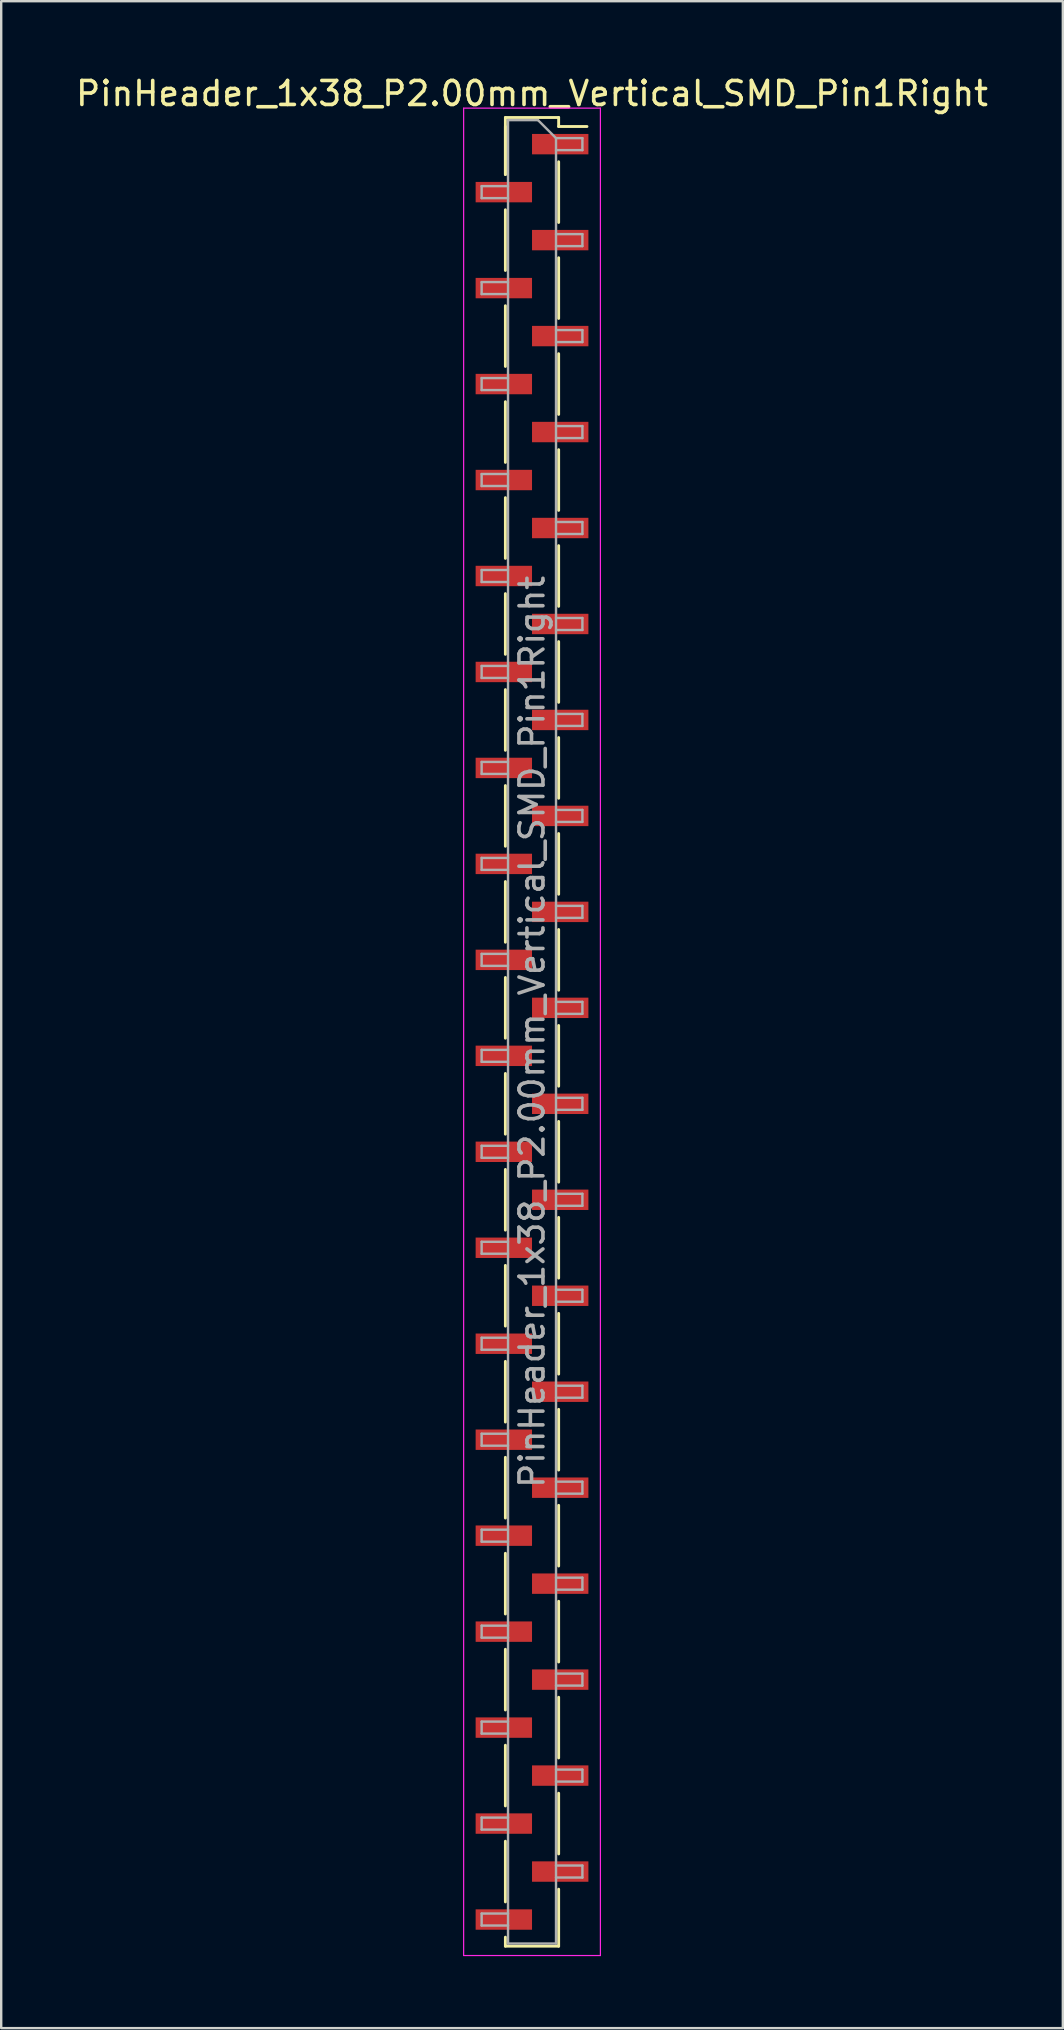
<source format=kicad_pcb>
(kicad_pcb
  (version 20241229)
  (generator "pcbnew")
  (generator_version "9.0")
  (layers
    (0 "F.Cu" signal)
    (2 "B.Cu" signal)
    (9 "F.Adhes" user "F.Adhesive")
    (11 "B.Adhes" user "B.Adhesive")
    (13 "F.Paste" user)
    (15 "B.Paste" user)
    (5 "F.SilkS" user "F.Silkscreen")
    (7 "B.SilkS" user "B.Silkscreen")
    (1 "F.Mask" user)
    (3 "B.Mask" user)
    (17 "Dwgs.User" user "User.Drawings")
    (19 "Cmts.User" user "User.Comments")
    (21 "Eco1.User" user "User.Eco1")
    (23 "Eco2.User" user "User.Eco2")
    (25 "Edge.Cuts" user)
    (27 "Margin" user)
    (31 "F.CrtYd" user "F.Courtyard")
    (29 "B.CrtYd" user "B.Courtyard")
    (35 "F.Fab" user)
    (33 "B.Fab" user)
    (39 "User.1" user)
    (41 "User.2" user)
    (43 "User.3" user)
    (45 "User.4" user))
  (footprint "PinHeader_1x38_P2.00mm_Vertical_SMD_Pin1Right"
    (layer "F.Cu")
    (at 19.125 39.958)
    (property "Reference" "PinHeader_1x38_P2.00mm_Vertical_SMD_Pin1Right" (at 0 -39.11 0) (layer "F.SilkS") (effects (font (size 1 1) (thickness 0.15))))
    (attr smd)
    (fp_line (start -1.11 -38.11) (end -1.11 -35.735) (stroke (width 0.12) (type solid)) (layer "F.SilkS"))
    (fp_line (start -1.11 -38.11) (end 1.11 -38.11) (stroke (width 0.12) (type solid)) (layer "F.SilkS"))
    (fp_line (start -1.11 -37.735) (end -1.11 -35.735) (stroke (width 0.12) (type solid)) (layer "F.SilkS"))
    (fp_line (start -1.11 -34.265) (end -1.11 -31.735) (stroke (width 0.12) (type solid)) (layer "F.SilkS"))
    (fp_line (start -1.11 -30.265) (end -1.11 -27.735) (stroke (width 0.12) (type solid)) (layer "F.SilkS"))
    (fp_line (start -1.11 -26.265) (end -1.11 -23.735) (stroke (width 0.12) (type solid)) (layer "F.SilkS"))
    (fp_line (start -1.11 -22.265) (end -1.11 -19.735) (stroke (width 0.12) (type solid)) (layer "F.SilkS"))
    (fp_line (start -1.11 -18.265) (end -1.11 -15.735) (stroke (width 0.12) (type solid)) (layer "F.SilkS"))
    (fp_line (start -1.11 -14.265) (end -1.11 -11.735) (stroke (width 0.12) (type solid)) (layer "F.SilkS"))
    (fp_line (start -1.11 -10.265) (end -1.11 -7.735) (stroke (width 0.12) (type solid)) (layer "F.SilkS"))
    (fp_line (start -1.11 -6.265) (end -1.11 -3.735) (stroke (width 0.12) (type solid)) (layer "F.SilkS"))
    (fp_line (start -1.11 -2.265) (end -1.11 0.265) (stroke (width 0.12) (type solid)) (layer "F.SilkS"))
    (fp_line (start -1.11 1.735) (end -1.11 4.265) (stroke (width 0.12) (type solid)) (layer "F.SilkS"))
    (fp_line (start -1.11 5.735) (end -1.11 8.265) (stroke (width 0.12) (type solid)) (layer "F.SilkS"))
    (fp_line (start -1.11 9.735) (end -1.11 12.265) (stroke (width 0.12) (type solid)) (layer "F.SilkS"))
    (fp_line (start -1.11 13.735) (end -1.11 16.265) (stroke (width 0.12) (type solid)) (layer "F.SilkS"))
    (fp_line (start -1.11 17.735) (end -1.11 20.265) (stroke (width 0.12) (type solid)) (layer "F.SilkS"))
    (fp_line (start -1.11 21.735) (end -1.11 24.265) (stroke (width 0.12) (type solid)) (layer "F.SilkS"))
    (fp_line (start -1.11 25.735) (end -1.11 28.265) (stroke (width 0.12) (type solid)) (layer "F.SilkS"))
    (fp_line (start -1.11 29.735) (end -1.11 32.265) (stroke (width 0.12) (type solid)) (layer "F.SilkS"))
    (fp_line (start -1.11 33.735) (end -1.11 36.265) (stroke (width 0.12) (type solid)) (layer "F.SilkS"))
    (fp_line (start -1.11 37.735) (end -1.11 38.11) (stroke (width 0.12) (type solid)) (layer "F.SilkS"))
    (fp_line (start -1.11 38.11) (end 1.11 38.11) (stroke (width 0.12) (type solid)) (layer "F.SilkS"))
    (fp_line (start 1.11 -38.11) (end 1.11 -37.735) (stroke (width 0.12) (type solid)) (layer "F.SilkS"))
    (fp_line (start 1.11 -37.735) (end 2.29 -37.735) (stroke (width 0.12) (type solid)) (layer "F.SilkS"))
    (fp_line (start 1.11 -36.265) (end 1.11 -33.735) (stroke (width 0.12) (type solid)) (layer "F.SilkS"))
    (fp_line (start 1.11 -32.265) (end 1.11 -29.735) (stroke (width 0.12) (type solid)) (layer "F.SilkS"))
    (fp_line (start 1.11 -28.265) (end 1.11 -25.735) (stroke (width 0.12) (type solid)) (layer "F.SilkS"))
    (fp_line (start 1.11 -24.265) (end 1.11 -21.735) (stroke (width 0.12) (type solid)) (layer "F.SilkS"))
    (fp_line (start 1.11 -20.265) (end 1.11 -17.735) (stroke (width 0.12) (type solid)) (layer "F.SilkS"))
    (fp_line (start 1.11 -16.265) (end 1.11 -13.735) (stroke (width 0.12) (type solid)) (layer "F.SilkS"))
    (fp_line (start 1.11 -12.265) (end 1.11 -9.735) (stroke (width 0.12) (type solid)) (layer "F.SilkS"))
    (fp_line (start 1.11 -8.265) (end 1.11 -5.735) (stroke (width 0.12) (type solid)) (layer "F.SilkS"))
    (fp_line (start 1.11 -4.265) (end 1.11 -1.735) (stroke (width 0.12) (type solid)) (layer "F.SilkS"))
    (fp_line (start 1.11 -0.265) (end 1.11 2.265) (stroke (width 0.12) (type solid)) (layer "F.SilkS"))
    (fp_line (start 1.11 3.735) (end 1.11 6.265) (stroke (width 0.12) (type solid)) (layer "F.SilkS"))
    (fp_line (start 1.11 7.735) (end 1.11 10.265) (stroke (width 0.12) (type solid)) (layer "F.SilkS"))
    (fp_line (start 1.11 11.735) (end 1.11 14.265) (stroke (width 0.12) (type solid)) (layer "F.SilkS"))
    (fp_line (start 1.11 15.735) (end 1.11 18.265) (stroke (width 0.12) (type solid)) (layer "F.SilkS"))
    (fp_line (start 1.11 19.735) (end 1.11 22.265) (stroke (width 0.12) (type solid)) (layer "F.SilkS"))
    (fp_line (start 1.11 23.735) (end 1.11 26.265) (stroke (width 0.12) (type solid)) (layer "F.SilkS"))
    (fp_line (start 1.11 27.735) (end 1.11 30.265) (stroke (width 0.12) (type solid)) (layer "F.SilkS"))
    (fp_line (start 1.11 31.735) (end 1.11 34.265) (stroke (width 0.12) (type solid)) (layer "F.SilkS"))
    (fp_line (start 1.11 35.735) (end 1.11 38.11) (stroke (width 0.12) (type solid)) (layer "F.SilkS"))
    (fp_line (start -2.85 -38.5) (end -2.85 38.5) (stroke (width 0.05) (type solid)) (layer "F.CrtYd"))
    (fp_line (start -2.85 38.5) (end 2.85 38.5) (stroke (width 0.05) (type solid)) (layer "F.CrtYd"))
    (fp_line (start 2.85 -38.5) (end -2.85 -38.5) (stroke (width 0.05) (type solid)) (layer "F.CrtYd"))
    (fp_line (start 2.85 38.5) (end 2.85 -38.5) (stroke (width 0.05) (type solid)) (layer "F.CrtYd"))
    (fp_line (start -2.1 -35.25) (end -2.1 -34.75) (stroke (width 0.1) (type solid)) (layer "F.Fab"))
    (fp_line (start -2.1 -34.75) (end -1 -34.75) (stroke (width 0.1) (type solid)) (layer "F.Fab"))
    (fp_line (start -2.1 -31.25) (end -2.1 -30.75) (stroke (width 0.1) (type solid)) (layer "F.Fab"))
    (fp_line (start -2.1 -30.75) (end -1 -30.75) (stroke (width 0.1) (type solid)) (layer "F.Fab"))
    (fp_line (start -2.1 -27.25) (end -2.1 -26.75) (stroke (width 0.1) (type solid)) (layer "F.Fab"))
    (fp_line (start -2.1 -26.75) (end -1 -26.75) (stroke (width 0.1) (type solid)) (layer "F.Fab"))
    (fp_line (start -2.1 -23.25) (end -2.1 -22.75) (stroke (width 0.1) (type solid)) (layer "F.Fab"))
    (fp_line (start -2.1 -22.75) (end -1 -22.75) (stroke (width 0.1) (type solid)) (layer "F.Fab"))
    (fp_line (start -2.1 -19.25) (end -2.1 -18.75) (stroke (width 0.1) (type solid)) (layer "F.Fab"))
    (fp_line (start -2.1 -18.75) (end -1 -18.75) (stroke (width 0.1) (type solid)) (layer "F.Fab"))
    (fp_line (start -2.1 -15.25) (end -2.1 -14.75) (stroke (width 0.1) (type solid)) (layer "F.Fab"))
    (fp_line (start -2.1 -14.75) (end -1 -14.75) (stroke (width 0.1) (type solid)) (layer "F.Fab"))
    (fp_line (start -2.1 -11.25) (end -2.1 -10.75) (stroke (width 0.1) (type solid)) (layer "F.Fab"))
    (fp_line (start -2.1 -10.75) (end -1 -10.75) (stroke (width 0.1) (type solid)) (layer "F.Fab"))
    (fp_line (start -2.1 -7.25) (end -2.1 -6.75) (stroke (width 0.1) (type solid)) (layer "F.Fab"))
    (fp_line (start -2.1 -6.75) (end -1 -6.75) (stroke (width 0.1) (type solid)) (layer "F.Fab"))
    (fp_line (start -2.1 -3.25) (end -2.1 -2.75) (stroke (width 0.1) (type solid)) (layer "F.Fab"))
    (fp_line (start -2.1 -2.75) (end -1 -2.75) (stroke (width 0.1) (type solid)) (layer "F.Fab"))
    (fp_line (start -2.1 0.75) (end -2.1 1.25) (stroke (width 0.1) (type solid)) (layer "F.Fab"))
    (fp_line (start -2.1 1.25) (end -1 1.25) (stroke (width 0.1) (type solid)) (layer "F.Fab"))
    (fp_line (start -2.1 4.75) (end -2.1 5.25) (stroke (width 0.1) (type solid)) (layer "F.Fab"))
    (fp_line (start -2.1 5.25) (end -1 5.25) (stroke (width 0.1) (type solid)) (layer "F.Fab"))
    (fp_line (start -2.1 8.75) (end -2.1 9.25) (stroke (width 0.1) (type solid)) (layer "F.Fab"))
    (fp_line (start -2.1 9.25) (end -1 9.25) (stroke (width 0.1) (type solid)) (layer "F.Fab"))
    (fp_line (start -2.1 12.75) (end -2.1 13.25) (stroke (width 0.1) (type solid)) (layer "F.Fab"))
    (fp_line (start -2.1 13.25) (end -1 13.25) (stroke (width 0.1) (type solid)) (layer "F.Fab"))
    (fp_line (start -2.1 16.75) (end -2.1 17.25) (stroke (width 0.1) (type solid)) (layer "F.Fab"))
    (fp_line (start -2.1 17.25) (end -1 17.25) (stroke (width 0.1) (type solid)) (layer "F.Fab"))
    (fp_line (start -2.1 20.75) (end -2.1 21.25) (stroke (width 0.1) (type solid)) (layer "F.Fab"))
    (fp_line (start -2.1 21.25) (end -1 21.25) (stroke (width 0.1) (type solid)) (layer "F.Fab"))
    (fp_line (start -2.1 24.75) (end -2.1 25.25) (stroke (width 0.1) (type solid)) (layer "F.Fab"))
    (fp_line (start -2.1 25.25) (end -1 25.25) (stroke (width 0.1) (type solid)) (layer "F.Fab"))
    (fp_line (start -2.1 28.75) (end -2.1 29.25) (stroke (width 0.1) (type solid)) (layer "F.Fab"))
    (fp_line (start -2.1 29.25) (end -1 29.25) (stroke (width 0.1) (type solid)) (layer "F.Fab"))
    (fp_line (start -2.1 32.75) (end -2.1 33.25) (stroke (width 0.1) (type solid)) (layer "F.Fab"))
    (fp_line (start -2.1 33.25) (end -1 33.25) (stroke (width 0.1) (type solid)) (layer "F.Fab"))
    (fp_line (start -2.1 36.75) (end -2.1 37.25) (stroke (width 0.1) (type solid)) (layer "F.Fab"))
    (fp_line (start -2.1 37.25) (end -1 37.25) (stroke (width 0.1) (type solid)) (layer "F.Fab"))
    (fp_line (start -1 -38) (end -1 38) (stroke (width 0.1) (type solid)) (layer "F.Fab"))
    (fp_line (start -1 -38) (end 0.25 -38) (stroke (width 0.1) (type solid)) (layer "F.Fab"))
    (fp_line (start -1 -35.25) (end -2.1 -35.25) (stroke (width 0.1) (type solid)) (layer "F.Fab"))
    (fp_line (start -1 -31.25) (end -2.1 -31.25) (stroke (width 0.1) (type solid)) (layer "F.Fab"))
    (fp_line (start -1 -27.25) (end -2.1 -27.25) (stroke (width 0.1) (type solid)) (layer "F.Fab"))
    (fp_line (start -1 -23.25) (end -2.1 -23.25) (stroke (width 0.1) (type solid)) (layer "F.Fab"))
    (fp_line (start -1 -19.25) (end -2.1 -19.25) (stroke (width 0.1) (type solid)) (layer "F.Fab"))
    (fp_line (start -1 -15.25) (end -2.1 -15.25) (stroke (width 0.1) (type solid)) (layer "F.Fab"))
    (fp_line (start -1 -11.25) (end -2.1 -11.25) (stroke (width 0.1) (type solid)) (layer "F.Fab"))
    (fp_line (start -1 -7.25) (end -2.1 -7.25) (stroke (width 0.1) (type solid)) (layer "F.Fab"))
    (fp_line (start -1 -3.25) (end -2.1 -3.25) (stroke (width 0.1) (type solid)) (layer "F.Fab"))
    (fp_line (start -1 0.75) (end -2.1 0.75) (stroke (width 0.1) (type solid)) (layer "F.Fab"))
    (fp_line (start -1 4.75) (end -2.1 4.75) (stroke (width 0.1) (type solid)) (layer "F.Fab"))
    (fp_line (start -1 8.75) (end -2.1 8.75) (stroke (width 0.1) (type solid)) (layer "F.Fab"))
    (fp_line (start -1 12.75) (end -2.1 12.75) (stroke (width 0.1) (type solid)) (layer "F.Fab"))
    (fp_line (start -1 16.75) (end -2.1 16.75) (stroke (width 0.1) (type solid)) (layer "F.Fab"))
    (fp_line (start -1 20.75) (end -2.1 20.75) (stroke (width 0.1) (type solid)) (layer "F.Fab"))
    (fp_line (start -1 24.75) (end -2.1 24.75) (stroke (width 0.1) (type solid)) (layer "F.Fab"))
    (fp_line (start -1 28.75) (end -2.1 28.75) (stroke (width 0.1) (type solid)) (layer "F.Fab"))
    (fp_line (start -1 32.75) (end -2.1 32.75) (stroke (width 0.1) (type solid)) (layer "F.Fab"))
    (fp_line (start -1 36.75) (end -2.1 36.75) (stroke (width 0.1) (type solid)) (layer "F.Fab"))
    (fp_line (start 1 -37.25) (end 0.25 -38) (stroke (width 0.1) (type solid)) (layer "F.Fab"))
    (fp_line (start 1 -37.25) (end 2.1 -37.25) (stroke (width 0.1) (type solid)) (layer "F.Fab"))
    (fp_line (start 1 -33.25) (end 2.1 -33.25) (stroke (width 0.1) (type solid)) (layer "F.Fab"))
    (fp_line (start 1 -29.25) (end 2.1 -29.25) (stroke (width 0.1) (type solid)) (layer "F.Fab"))
    (fp_line (start 1 -25.25) (end 2.1 -25.25) (stroke (width 0.1) (type solid)) (layer "F.Fab"))
    (fp_line (start 1 -21.25) (end 2.1 -21.25) (stroke (width 0.1) (type solid)) (layer "F.Fab"))
    (fp_line (start 1 -17.25) (end 2.1 -17.25) (stroke (width 0.1) (type solid)) (layer "F.Fab"))
    (fp_line (start 1 -13.25) (end 2.1 -13.25) (stroke (width 0.1) (type solid)) (layer "F.Fab"))
    (fp_line (start 1 -9.25) (end 2.1 -9.25) (stroke (width 0.1) (type solid)) (layer "F.Fab"))
    (fp_line (start 1 -5.25) (end 2.1 -5.25) (stroke (width 0.1) (type solid)) (layer "F.Fab"))
    (fp_line (start 1 -1.25) (end 2.1 -1.25) (stroke (width 0.1) (type solid)) (layer "F.Fab"))
    (fp_line (start 1 2.75) (end 2.1 2.75) (stroke (width 0.1) (type solid)) (layer "F.Fab"))
    (fp_line (start 1 6.75) (end 2.1 6.75) (stroke (width 0.1) (type solid)) (layer "F.Fab"))
    (fp_line (start 1 10.75) (end 2.1 10.75) (stroke (width 0.1) (type solid)) (layer "F.Fab"))
    (fp_line (start 1 14.75) (end 2.1 14.75) (stroke (width 0.1) (type solid)) (layer "F.Fab"))
    (fp_line (start 1 18.75) (end 2.1 18.75) (stroke (width 0.1) (type solid)) (layer "F.Fab"))
    (fp_line (start 1 22.75) (end 2.1 22.75) (stroke (width 0.1) (type solid)) (layer "F.Fab"))
    (fp_line (start 1 26.75) (end 2.1 26.75) (stroke (width 0.1) (type solid)) (layer "F.Fab"))
    (fp_line (start 1 30.75) (end 2.1 30.75) (stroke (width 0.1) (type solid)) (layer "F.Fab"))
    (fp_line (start 1 34.75) (end 2.1 34.75) (stroke (width 0.1) (type solid)) (layer "F.Fab"))
    (fp_line (start 1 38) (end -1 38) (stroke (width 0.1) (type solid)) (layer "F.Fab"))
    (fp_line (start 1 38) (end 1 -37.25) (stroke (width 0.1) (type solid)) (layer "F.Fab"))
    (fp_line (start 2.1 -37.25) (end 2.1 -36.75) (stroke (width 0.1) (type solid)) (layer "F.Fab"))
    (fp_line (start 2.1 -36.75) (end 1 -36.75) (stroke (width 0.1) (type solid)) (layer "F.Fab"))
    (fp_line (start 2.1 -33.25) (end 2.1 -32.75) (stroke (width 0.1) (type solid)) (layer "F.Fab"))
    (fp_line (start 2.1 -32.75) (end 1 -32.75) (stroke (width 0.1) (type solid)) (layer "F.Fab"))
    (fp_line (start 2.1 -29.25) (end 2.1 -28.75) (stroke (width 0.1) (type solid)) (layer "F.Fab"))
    (fp_line (start 2.1 -28.75) (end 1 -28.75) (stroke (width 0.1) (type solid)) (layer "F.Fab"))
    (fp_line (start 2.1 -25.25) (end 2.1 -24.75) (stroke (width 0.1) (type solid)) (layer "F.Fab"))
    (fp_line (start 2.1 -24.75) (end 1 -24.75) (stroke (width 0.1) (type solid)) (layer "F.Fab"))
    (fp_line (start 2.1 -21.25) (end 2.1 -20.75) (stroke (width 0.1) (type solid)) (layer "F.Fab"))
    (fp_line (start 2.1 -20.75) (end 1 -20.75) (stroke (width 0.1) (type solid)) (layer "F.Fab"))
    (fp_line (start 2.1 -17.25) (end 2.1 -16.75) (stroke (width 0.1) (type solid)) (layer "F.Fab"))
    (fp_line (start 2.1 -16.75) (end 1 -16.75) (stroke (width 0.1) (type solid)) (layer "F.Fab"))
    (fp_line (start 2.1 -13.25) (end 2.1 -12.75) (stroke (width 0.1) (type solid)) (layer "F.Fab"))
    (fp_line (start 2.1 -12.75) (end 1 -12.75) (stroke (width 0.1) (type solid)) (layer "F.Fab"))
    (fp_line (start 2.1 -9.25) (end 2.1 -8.75) (stroke (width 0.1) (type solid)) (layer "F.Fab"))
    (fp_line (start 2.1 -8.75) (end 1 -8.75) (stroke (width 0.1) (type solid)) (layer "F.Fab"))
    (fp_line (start 2.1 -5.25) (end 2.1 -4.75) (stroke (width 0.1) (type solid)) (layer "F.Fab"))
    (fp_line (start 2.1 -4.75) (end 1 -4.75) (stroke (width 0.1) (type solid)) (layer "F.Fab"))
    (fp_line (start 2.1 -1.25) (end 2.1 -0.75) (stroke (width 0.1) (type solid)) (layer "F.Fab"))
    (fp_line (start 2.1 -0.75) (end 1 -0.75) (stroke (width 0.1) (type solid)) (layer "F.Fab"))
    (fp_line (start 2.1 2.75) (end 2.1 3.25) (stroke (width 0.1) (type solid)) (layer "F.Fab"))
    (fp_line (start 2.1 3.25) (end 1 3.25) (stroke (width 0.1) (type solid)) (layer "F.Fab"))
    (fp_line (start 2.1 6.75) (end 2.1 7.25) (stroke (width 0.1) (type solid)) (layer "F.Fab"))
    (fp_line (start 2.1 7.25) (end 1 7.25) (stroke (width 0.1) (type solid)) (layer "F.Fab"))
    (fp_line (start 2.1 10.75) (end 2.1 11.25) (stroke (width 0.1) (type solid)) (layer "F.Fab"))
    (fp_line (start 2.1 11.25) (end 1 11.25) (stroke (width 0.1) (type solid)) (layer "F.Fab"))
    (fp_line (start 2.1 14.75) (end 2.1 15.25) (stroke (width 0.1) (type solid)) (layer "F.Fab"))
    (fp_line (start 2.1 15.25) (end 1 15.25) (stroke (width 0.1) (type solid)) (layer "F.Fab"))
    (fp_line (start 2.1 18.75) (end 2.1 19.25) (stroke (width 0.1) (type solid)) (layer "F.Fab"))
    (fp_line (start 2.1 19.25) (end 1 19.25) (stroke (width 0.1) (type solid)) (layer "F.Fab"))
    (fp_line (start 2.1 22.75) (end 2.1 23.25) (stroke (width 0.1) (type solid)) (layer "F.Fab"))
    (fp_line (start 2.1 23.25) (end 1 23.25) (stroke (width 0.1) (type solid)) (layer "F.Fab"))
    (fp_line (start 2.1 26.75) (end 2.1 27.25) (stroke (width 0.1) (type solid)) (layer "F.Fab"))
    (fp_line (start 2.1 27.25) (end 1 27.25) (stroke (width 0.1) (type solid)) (layer "F.Fab"))
    (fp_line (start 2.1 30.75) (end 2.1 31.25) (stroke (width 0.1) (type solid)) (layer "F.Fab"))
    (fp_line (start 2.1 31.25) (end 1 31.25) (stroke (width 0.1) (type solid)) (layer "F.Fab"))
    (fp_line (start 2.1 34.75) (end 2.1 35.25) (stroke (width 0.1) (type solid)) (layer "F.Fab"))
    (fp_line (start 2.1 35.25) (end 1 35.25) (stroke (width 0.1) (type solid)) (layer "F.Fab"))
    (fp_text user "${REFERENCE}" (at 0 0 90) (layer "F.Fab") (effects (font (size 1 1) (thickness 0.15))))
    (pad "1" smd rect (at 1.175 -37) (size 2.35 0.85) (layers "F.Cu" "F.Mask" "F.Paste"))
    (pad "2" smd rect (at -1.175 -35) (size 2.35 0.85) (layers "F.Cu" "F.Mask" "F.Paste"))
    (pad "3" smd rect (at 1.175 -33) (size 2.35 0.85) (layers "F.Cu" "F.Mask" "F.Paste"))
    (pad "4" smd rect (at -1.175 -31) (size 2.35 0.85) (layers "F.Cu" "F.Mask" "F.Paste"))
    (pad "5" smd rect (at 1.175 -29) (size 2.35 0.85) (layers "F.Cu" "F.Mask" "F.Paste"))
    (pad "6" smd rect (at -1.175 -27) (size 2.35 0.85) (layers "F.Cu" "F.Mask" "F.Paste"))
    (pad "7" smd rect (at 1.175 -25) (size 2.35 0.85) (layers "F.Cu" "F.Mask" "F.Paste"))
    (pad "8" smd rect (at -1.175 -23) (size 2.35 0.85) (layers "F.Cu" "F.Mask" "F.Paste"))
    (pad "9" smd rect (at 1.175 -21) (size 2.35 0.85) (layers "F.Cu" "F.Mask" "F.Paste"))
    (pad "10" smd rect (at -1.175 -19) (size 2.35 0.85) (layers "F.Cu" "F.Mask" "F.Paste"))
    (pad "11" smd rect (at 1.175 -17) (size 2.35 0.85) (layers "F.Cu" "F.Mask" "F.Paste"))
    (pad "12" smd rect (at -1.175 -15) (size 2.35 0.85) (layers "F.Cu" "F.Mask" "F.Paste"))
    (pad "13" smd rect (at 1.175 -13) (size 2.35 0.85) (layers "F.Cu" "F.Mask" "F.Paste"))
    (pad "14" smd rect (at -1.175 -11) (size 2.35 0.85) (layers "F.Cu" "F.Mask" "F.Paste"))
    (pad "15" smd rect (at 1.175 -9) (size 2.35 0.85) (layers "F.Cu" "F.Mask" "F.Paste"))
    (pad "16" smd rect (at -1.175 -7) (size 2.35 0.85) (layers "F.Cu" "F.Mask" "F.Paste"))
    (pad "17" smd rect (at 1.175 -5) (size 2.35 0.85) (layers "F.Cu" "F.Mask" "F.Paste"))
    (pad "18" smd rect (at -1.175 -3) (size 2.35 0.85) (layers "F.Cu" "F.Mask" "F.Paste"))
    (pad "19" smd rect (at 1.175 -1) (size 2.35 0.85) (layers "F.Cu" "F.Mask" "F.Paste"))
    (pad "20" smd rect (at -1.175 1) (size 2.35 0.85) (layers "F.Cu" "F.Mask" "F.Paste"))
    (pad "21" smd rect (at 1.175 3) (size 2.35 0.85) (layers "F.Cu" "F.Mask" "F.Paste"))
    (pad "22" smd rect (at -1.175 5) (size 2.35 0.85) (layers "F.Cu" "F.Mask" "F.Paste"))
    (pad "23" smd rect (at 1.175 7) (size 2.35 0.85) (layers "F.Cu" "F.Mask" "F.Paste"))
    (pad "24" smd rect (at -1.175 9) (size 2.35 0.85) (layers "F.Cu" "F.Mask" "F.Paste"))
    (pad "25" smd rect (at 1.175 11) (size 2.35 0.85) (layers "F.Cu" "F.Mask" "F.Paste"))
    (pad "26" smd rect (at -1.175 13) (size 2.35 0.85) (layers "F.Cu" "F.Mask" "F.Paste"))
    (pad "27" smd rect (at 1.175 15) (size 2.35 0.85) (layers "F.Cu" "F.Mask" "F.Paste"))
    (pad "28" smd rect (at -1.175 17) (size 2.35 0.85) (layers "F.Cu" "F.Mask" "F.Paste"))
    (pad "29" smd rect (at 1.175 19) (size 2.35 0.85) (layers "F.Cu" "F.Mask" "F.Paste"))
    (pad "30" smd rect (at -1.175 21) (size 2.35 0.85) (layers "F.Cu" "F.Mask" "F.Paste"))
    (pad "31" smd rect (at 1.175 23) (size 2.35 0.85) (layers "F.Cu" "F.Mask" "F.Paste"))
    (pad "32" smd rect (at -1.175 25) (size 2.35 0.85) (layers "F.Cu" "F.Mask" "F.Paste"))
    (pad "33" smd rect (at 1.175 27) (size 2.35 0.85) (layers "F.Cu" "F.Mask" "F.Paste"))
    (pad "34" smd rect (at -1.175 29) (size 2.35 0.85) (layers "F.Cu" "F.Mask" "F.Paste"))
    (pad "35" smd rect (at 1.175 31) (size 2.35 0.85) (layers "F.Cu" "F.Mask" "F.Paste"))
    (pad "36" smd rect (at -1.175 33) (size 2.35 0.85) (layers "F.Cu" "F.Mask" "F.Paste"))
    (pad "37" smd rect (at 1.175 35) (size 2.35 0.85) (layers "F.Cu" "F.Mask" "F.Paste"))
    (pad "38" smd rect (at -1.175 37) (size 2.35 0.85) (layers "F.Cu" "F.Mask" "F.Paste")))
  (gr_rect
    (start -3 -3)
    (end 41.25 81.483)
    (stroke (width 0.1) (type default))
    (fill no)
    (layer "Edge.Cuts")))
</source>
